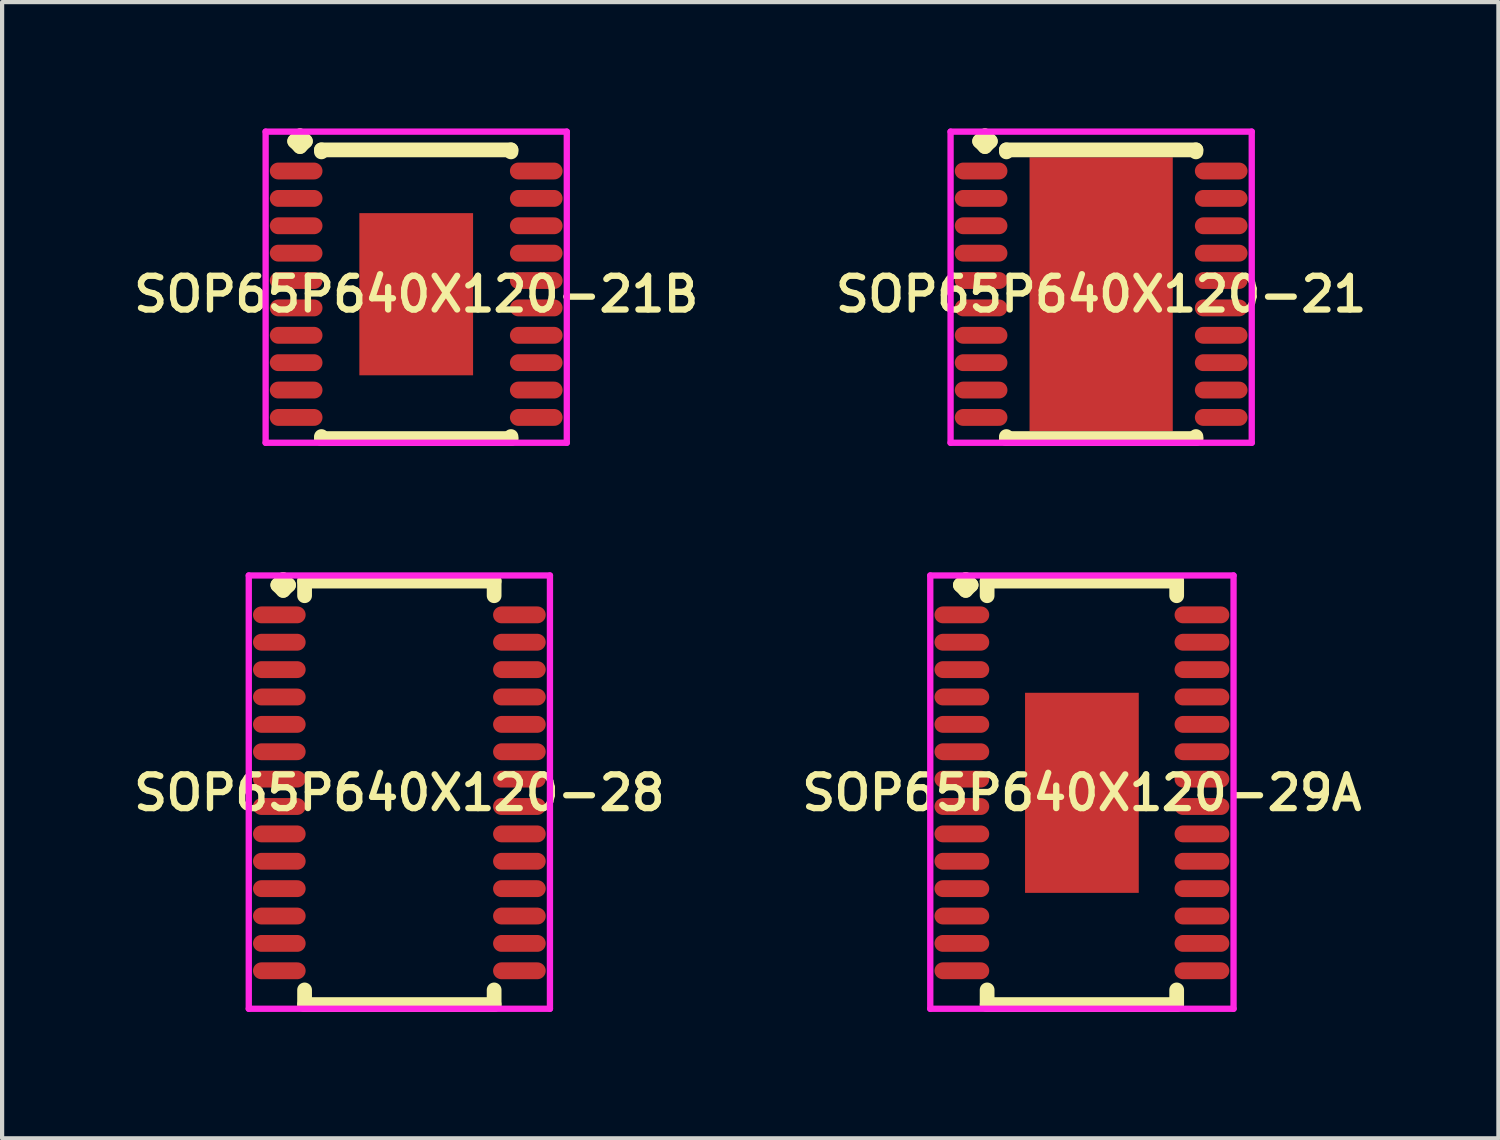
<source format=kicad_pcb>
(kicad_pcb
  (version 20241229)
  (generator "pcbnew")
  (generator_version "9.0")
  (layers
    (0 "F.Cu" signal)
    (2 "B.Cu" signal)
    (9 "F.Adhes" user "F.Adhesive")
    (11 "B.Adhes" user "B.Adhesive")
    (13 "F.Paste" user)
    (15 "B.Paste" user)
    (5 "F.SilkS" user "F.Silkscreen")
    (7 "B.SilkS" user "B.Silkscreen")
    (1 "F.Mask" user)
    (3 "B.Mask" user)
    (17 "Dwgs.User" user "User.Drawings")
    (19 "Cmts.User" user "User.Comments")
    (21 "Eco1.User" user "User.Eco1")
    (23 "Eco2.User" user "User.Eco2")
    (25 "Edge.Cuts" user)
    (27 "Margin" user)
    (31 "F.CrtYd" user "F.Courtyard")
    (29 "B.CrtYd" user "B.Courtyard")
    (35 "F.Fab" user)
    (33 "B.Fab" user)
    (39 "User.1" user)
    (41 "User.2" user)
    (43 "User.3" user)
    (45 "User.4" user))
  (footprint "SOP65P640X120-29A"
    (layer "F.Cu")
    (at 22.635 15.772)
    (property "Reference" "SOP65P640X120-29A" (at 0 0 0) (layer "F.SilkS") (effects (font (size 0.8 0.8) (thickness 0.15))))
    (attr through_hole)
    (fp_line (start -2.885 -4.933) (end -2.758 -5.06) (stroke (width 0.35) (type solid)) (layer "F.SilkS"))
    (fp_line (start -2.758 -5.06) (end -2.631 -4.933) (stroke (width 0.35) (type solid)) (layer "F.SilkS"))
    (fp_line (start -2.758 -4.806) (end -2.885 -4.933) (stroke (width 0.35) (type solid)) (layer "F.SilkS"))
    (fp_line (start -2.631 -4.933) (end -2.758 -4.806) (stroke (width 0.35) (type solid)) (layer "F.SilkS"))
    (fp_line (start -2.25 -5.027) (end 2.25 -5.027) (stroke (width 0.35) (type solid)) (layer "F.SilkS"))
    (fp_line (start -2.25 -4.679) (end -2.25 -5.027) (stroke (width 0.35) (type solid)) (layer "F.SilkS"))
    (fp_line (start -2.25 4.679) (end -2.25 5.027) (stroke (width 0.35) (type solid)) (layer "F.SilkS"))
    (fp_line (start -2.25 5.027) (end 2.25 5.027) (stroke (width 0.35) (type solid)) (layer "F.SilkS"))
    (fp_line (start 2.25 -5.027) (end 2.25 -4.679) (stroke (width 0.35) (type solid)) (layer "F.SilkS"))
    (fp_line (start 2.25 5.027) (end 2.25 4.679) (stroke (width 0.35) (type solid)) (layer "F.SilkS"))
    (fp_line (start -3.6 -5.16) (end 3.6 -5.16) (stroke (width 0.15) (type solid)) (layer "F.CrtYd"))
    (fp_line (start -3.6 5.127) (end -3.6 -5.16) (stroke (width 0.15) (type solid)) (layer "F.CrtYd"))
    (fp_line (start 3.6 -5.16) (end 3.6 5.127) (stroke (width 0.15) (type solid)) (layer "F.CrtYd"))
    (fp_line (start 3.6 5.127) (end -3.6 5.127) (stroke (width 0.15) (type solid)) (layer "F.CrtYd"))
    (pad "1" smd oval (at -2.85 -4.225) (size 1.3 0.4) (layers "F.Cu" "F.Mask" "F.Paste"))
    (pad "2" smd oval (at -2.85 -3.575) (size 1.3 0.4) (layers "F.Cu" "F.Mask" "F.Paste"))
    (pad "3" smd oval (at -2.85 -2.925) (size 1.3 0.4) (layers "F.Cu" "F.Mask" "F.Paste"))
    (pad "4" smd oval (at -2.85 -2.275) (size 1.3 0.4) (layers "F.Cu" "F.Mask" "F.Paste"))
    (pad "5" smd oval (at -2.85 -1.625) (size 1.3 0.4) (layers "F.Cu" "F.Mask" "F.Paste"))
    (pad "6" smd oval (at -2.85 -0.975) (size 1.3 0.4) (layers "F.Cu" "F.Mask" "F.Paste"))
    (pad "7" smd oval (at -2.85 -0.325) (size 1.3 0.4) (layers "F.Cu" "F.Mask" "F.Paste"))
    (pad "8" smd oval (at -2.85 0.325) (size 1.3 0.4) (layers "F.Cu" "F.Mask" "F.Paste"))
    (pad "9" smd oval (at -2.85 0.975) (size 1.3 0.4) (layers "F.Cu" "F.Mask" "F.Paste"))
    (pad "10" smd oval (at -2.85 1.625) (size 1.3 0.4) (layers "F.Cu" "F.Mask" "F.Paste"))
    (pad "11" smd oval (at -2.85 2.275) (size 1.3 0.4) (layers "F.Cu" "F.Mask" "F.Paste"))
    (pad "12" smd oval (at -2.85 2.925) (size 1.3 0.4) (layers "F.Cu" "F.Mask" "F.Paste"))
    (pad "13" smd oval (at -2.85 3.575) (size 1.3 0.4) (layers "F.Cu" "F.Mask" "F.Paste"))
    (pad "14" smd oval (at -2.85 4.225) (size 1.3 0.4) (layers "F.Cu" "F.Mask" "F.Paste"))
    (pad "15" smd oval (at 2.85 4.225) (size 1.3 0.4) (layers "F.Cu" "F.Mask" "F.Paste"))
    (pad "16" smd oval (at 2.85 3.575) (size 1.3 0.4) (layers "F.Cu" "F.Mask" "F.Paste"))
    (pad "17" smd oval (at 2.85 2.925) (size 1.3 0.4) (layers "F.Cu" "F.Mask" "F.Paste"))
    (pad "18" smd oval (at 2.85 2.275) (size 1.3 0.4) (layers "F.Cu" "F.Mask" "F.Paste"))
    (pad "19" smd oval (at 2.85 1.625) (size 1.3 0.4) (layers "F.Cu" "F.Mask" "F.Paste"))
    (pad "20" smd oval (at 2.85 0.975) (size 1.3 0.4) (layers "F.Cu" "F.Mask" "F.Paste"))
    (pad "21" smd oval (at 2.85 0.325) (size 1.3 0.4) (layers "F.Cu" "F.Mask" "F.Paste"))
    (pad "22" smd oval (at 2.85 -0.325) (size 1.3 0.4) (layers "F.Cu" "F.Mask" "F.Paste"))
    (pad "23" smd oval (at 2.85 -0.975) (size 1.3 0.4) (layers "F.Cu" "F.Mask" "F.Paste"))
    (pad "24" smd oval (at 2.85 -1.625) (size 1.3 0.4) (layers "F.Cu" "F.Mask" "F.Paste"))
    (pad "25" smd oval (at 2.85 -2.275) (size 1.3 0.4) (layers "F.Cu" "F.Mask" "F.Paste"))
    (pad "26" smd oval (at 2.85 -2.925) (size 1.3 0.4) (layers "F.Cu" "F.Mask" "F.Paste"))
    (pad "27" smd oval (at 2.85 -3.575) (size 1.3 0.4) (layers "F.Cu" "F.Mask" "F.Paste"))
    (pad "28" smd oval (at 2.85 -4.225) (size 1.3 0.4) (layers "F.Cu" "F.Mask" "F.Paste"))
    (pad "29" smd rect (at 0 0) (size 2.7 4.75) (layers "F.Cu" "F.Mask" "F.Paste")))
  (footprint "SOP65P640X120-21"
    (layer "F.Cu")
    (at 23.092 3.935)
    (property "Reference" "SOP65P640X120-21" (at 0 0 0) (layer "F.SilkS") (effects (font (size 0.8 0.8) (thickness 0.15))))
    (attr smd)
    (fp_line (start -2.885 -3.633) (end -2.758 -3.76) (stroke (width 0.35) (type solid)) (layer "F.SilkS"))
    (fp_line (start -2.758 -3.76) (end -2.631 -3.633) (stroke (width 0.35) (type solid)) (layer "F.SilkS"))
    (fp_line (start -2.758 -3.506) (end -2.885 -3.633) (stroke (width 0.35) (type solid)) (layer "F.SilkS"))
    (fp_line (start -2.631 -3.633) (end -2.758 -3.506) (stroke (width 0.35) (type solid)) (layer "F.SilkS"))
    (fp_line (start -2.25 -3.427) (end 2.25 -3.427) (stroke (width 0.35) (type solid)) (layer "F.SilkS"))
    (fp_line (start -2.25 -3.379) (end -2.25 -3.427) (stroke (width 0.35) (type solid)) (layer "F.SilkS"))
    (fp_line (start -2.25 3.379) (end -2.25 3.427) (stroke (width 0.35) (type solid)) (layer "F.SilkS"))
    (fp_line (start -2.25 3.427) (end 2.25 3.427) (stroke (width 0.35) (type solid)) (layer "F.SilkS"))
    (fp_line (start 2.25 -3.427) (end 2.25 -3.379) (stroke (width 0.35) (type solid)) (layer "F.SilkS"))
    (fp_line (start 2.25 3.427) (end 2.25 3.379) (stroke (width 0.35) (type solid)) (layer "F.SilkS"))
    (fp_line (start -3.575 -3.86) (end 3.575 -3.86) (stroke (width 0.15) (type solid)) (layer "F.CrtYd"))
    (fp_line (start -3.575 3.527) (end -3.575 -3.86) (stroke (width 0.15) (type solid)) (layer "F.CrtYd"))
    (fp_line (start 3.575 -3.86) (end 3.575 3.527) (stroke (width 0.15) (type solid)) (layer "F.CrtYd"))
    (fp_line (start 3.575 3.527) (end -3.575 3.527) (stroke (width 0.15) (type solid)) (layer "F.CrtYd"))
    (pad "1" smd oval (at -2.85 -2.925) (size 1.25 0.4) (layers "F.Cu" "F.Mask" "F.Paste"))
    (pad "2" smd oval (at -2.85 -2.275) (size 1.25 0.4) (layers "F.Cu" "F.Mask" "F.Paste"))
    (pad "3" smd oval (at -2.85 -1.625) (size 1.25 0.4) (layers "F.Cu" "F.Mask" "F.Paste"))
    (pad "4" smd oval (at -2.85 -0.975) (size 1.25 0.4) (layers "F.Cu" "F.Mask" "F.Paste"))
    (pad "5" smd oval (at -2.85 -0.325) (size 1.25 0.4) (layers "F.Cu" "F.Mask" "F.Paste"))
    (pad "6" smd oval (at -2.85 0.325) (size 1.25 0.4) (layers "F.Cu" "F.Mask" "F.Paste"))
    (pad "7" smd oval (at -2.85 0.975) (size 1.25 0.4) (layers "F.Cu" "F.Mask" "F.Paste"))
    (pad "8" smd oval (at -2.85 1.625) (size 1.25 0.4) (layers "F.Cu" "F.Mask" "F.Paste"))
    (pad "9" smd oval (at -2.85 2.275) (size 1.25 0.4) (layers "F.Cu" "F.Mask" "F.Paste"))
    (pad "10" smd oval (at -2.85 2.925) (size 1.25 0.4) (layers "F.Cu" "F.Mask" "F.Paste"))
    (pad "11" smd oval (at 2.85 2.925) (size 1.25 0.4) (layers "F.Cu" "F.Mask" "F.Paste"))
    (pad "12" smd oval (at 2.85 2.275) (size 1.25 0.4) (layers "F.Cu" "F.Mask" "F.Paste"))
    (pad "13" smd oval (at 2.85 1.625) (size 1.25 0.4) (layers "F.Cu" "F.Mask" "F.Paste"))
    (pad "14" smd oval (at 2.85 0.975) (size 1.25 0.4) (layers "F.Cu" "F.Mask" "F.Paste"))
    (pad "15" smd oval (at 2.85 0.325) (size 1.25 0.4) (layers "F.Cu" "F.Mask" "F.Paste"))
    (pad "16" smd oval (at 2.85 -0.325) (size 1.25 0.4) (layers "F.Cu" "F.Mask" "F.Paste"))
    (pad "17" smd oval (at 2.85 -0.975) (size 1.25 0.4) (layers "F.Cu" "F.Mask" "F.Paste"))
    (pad "18" smd oval (at 2.85 -1.625) (size 1.25 0.4) (layers "F.Cu" "F.Mask" "F.Paste"))
    (pad "19" smd oval (at 2.85 -2.275) (size 1.25 0.4) (layers "F.Cu" "F.Mask" "F.Paste"))
    (pad "20" smd oval (at 2.85 -2.925) (size 1.25 0.4) (layers "F.Cu" "F.Mask" "F.Paste"))
    (pad "21" smd rect (at 0 0) (size 3.4 6.5) (layers "F.Cu" "F.Mask" "F.Paste")))
  (footprint "SOP65P640X120-21B"
    (layer "F.Cu")
    (at 6.831 3.935)
    (property "Reference" "SOP65P640X120-21B" (at 0 0 0) (layer "F.SilkS") (effects (font (size 0.8 0.8) (thickness 0.15))))
    (attr smd)
    (fp_line (start -2.885 -3.633) (end -2.758 -3.76) (stroke (width 0.35) (type solid)) (layer "F.SilkS"))
    (fp_line (start -2.758 -3.76) (end -2.631 -3.633) (stroke (width 0.35) (type solid)) (layer "F.SilkS"))
    (fp_line (start -2.758 -3.506) (end -2.885 -3.633) (stroke (width 0.35) (type solid)) (layer "F.SilkS"))
    (fp_line (start -2.631 -3.633) (end -2.758 -3.506) (stroke (width 0.35) (type solid)) (layer "F.SilkS"))
    (fp_line (start -2.25 -3.427) (end 2.25 -3.427) (stroke (width 0.35) (type solid)) (layer "F.SilkS"))
    (fp_line (start -2.25 -3.379) (end -2.25 -3.427) (stroke (width 0.35) (type solid)) (layer "F.SilkS"))
    (fp_line (start -2.25 3.379) (end -2.25 3.427) (stroke (width 0.35) (type solid)) (layer "F.SilkS"))
    (fp_line (start -2.25 3.427) (end 2.25 3.427) (stroke (width 0.35) (type solid)) (layer "F.SilkS"))
    (fp_line (start 2.25 -3.427) (end 2.25 -3.379) (stroke (width 0.35) (type solid)) (layer "F.SilkS"))
    (fp_line (start 2.25 3.427) (end 2.25 3.379) (stroke (width 0.35) (type solid)) (layer "F.SilkS"))
    (fp_line (start -3.575 -3.86) (end 3.575 -3.86) (stroke (width 0.15) (type solid)) (layer "F.CrtYd"))
    (fp_line (start -3.575 3.527) (end -3.575 -3.86) (stroke (width 0.15) (type solid)) (layer "F.CrtYd"))
    (fp_line (start 3.575 -3.86) (end 3.575 3.527) (stroke (width 0.15) (type solid)) (layer "F.CrtYd"))
    (fp_line (start 3.575 3.527) (end -3.575 3.527) (stroke (width 0.15) (type solid)) (layer "F.CrtYd"))
    (pad "1" smd oval (at -2.85 -2.925) (size 1.25 0.4) (layers "F.Cu" "F.Mask" "F.Paste"))
    (pad "2" smd oval (at -2.85 -2.275) (size 1.25 0.4) (layers "F.Cu" "F.Mask" "F.Paste"))
    (pad "3" smd oval (at -2.85 -1.625) (size 1.25 0.4) (layers "F.Cu" "F.Mask" "F.Paste"))
    (pad "4" smd oval (at -2.85 -0.975) (size 1.25 0.4) (layers "F.Cu" "F.Mask" "F.Paste"))
    (pad "5" smd oval (at -2.85 -0.325) (size 1.25 0.4) (layers "F.Cu" "F.Mask" "F.Paste"))
    (pad "6" smd oval (at -2.85 0.325) (size 1.25 0.4) (layers "F.Cu" "F.Mask" "F.Paste"))
    (pad "7" smd oval (at -2.85 0.975) (size 1.25 0.4) (layers "F.Cu" "F.Mask" "F.Paste"))
    (pad "8" smd oval (at -2.85 1.625) (size 1.25 0.4) (layers "F.Cu" "F.Mask" "F.Paste"))
    (pad "9" smd oval (at -2.85 2.275) (size 1.25 0.4) (layers "F.Cu" "F.Mask" "F.Paste"))
    (pad "10" smd oval (at -2.85 2.925) (size 1.25 0.4) (layers "F.Cu" "F.Mask" "F.Paste"))
    (pad "11" smd oval (at 2.85 2.925) (size 1.25 0.4) (layers "F.Cu" "F.Mask" "F.Paste"))
    (pad "12" smd oval (at 2.85 2.275) (size 1.25 0.4) (layers "F.Cu" "F.Mask" "F.Paste"))
    (pad "13" smd oval (at 2.85 1.625) (size 1.25 0.4) (layers "F.Cu" "F.Mask" "F.Paste"))
    (pad "14" smd oval (at 2.85 0.975) (size 1.25 0.4) (layers "F.Cu" "F.Mask" "F.Paste"))
    (pad "15" smd oval (at 2.85 0.325) (size 1.25 0.4) (layers "F.Cu" "F.Mask" "F.Paste"))
    (pad "16" smd oval (at 2.85 -0.325) (size 1.25 0.4) (layers "F.Cu" "F.Mask" "F.Paste"))
    (pad "17" smd oval (at 2.85 -0.975) (size 1.25 0.4) (layers "F.Cu" "F.Mask" "F.Paste"))
    (pad "18" smd oval (at 2.85 -1.625) (size 1.25 0.4) (layers "F.Cu" "F.Mask" "F.Paste"))
    (pad "19" smd oval (at 2.85 -2.275) (size 1.25 0.4) (layers "F.Cu" "F.Mask" "F.Paste"))
    (pad "20" smd oval (at 2.85 -2.925) (size 1.25 0.4) (layers "F.Cu" "F.Mask" "F.Paste"))
    (pad "21" smd rect (at 0 0) (size 2.7 3.85) (layers "F.Cu" "F.Mask" "F.Paste")))
  (footprint "SOP65P640X120-28"
    (layer "F.Cu")
    (at 6.431 15.772)
    (property "Reference" "SOP65P640X120-28" (at 0 0 0) (layer "F.SilkS") (effects (font (size 0.8 0.8) (thickness 0.15))))
    (attr through_hole)
    (fp_line (start -2.885 -4.933) (end -2.758 -5.06) (stroke (width 0.35) (type solid)) (layer "F.SilkS"))
    (fp_line (start -2.758 -5.06) (end -2.631 -4.933) (stroke (width 0.35) (type solid)) (layer "F.SilkS"))
    (fp_line (start -2.758 -4.806) (end -2.885 -4.933) (stroke (width 0.35) (type solid)) (layer "F.SilkS"))
    (fp_line (start -2.631 -4.933) (end -2.758 -4.806) (stroke (width 0.35) (type solid)) (layer "F.SilkS"))
    (fp_line (start -2.25 -5.027) (end 2.25 -5.027) (stroke (width 0.35) (type solid)) (layer "F.SilkS"))
    (fp_line (start -2.25 -4.679) (end -2.25 -5.027) (stroke (width 0.35) (type solid)) (layer "F.SilkS"))
    (fp_line (start -2.25 4.679) (end -2.25 5.027) (stroke (width 0.35) (type solid)) (layer "F.SilkS"))
    (fp_line (start -2.25 5.027) (end 2.25 5.027) (stroke (width 0.35) (type solid)) (layer "F.SilkS"))
    (fp_line (start 2.25 -5.027) (end 2.25 -4.679) (stroke (width 0.35) (type solid)) (layer "F.SilkS"))
    (fp_line (start 2.25 5.027) (end 2.25 4.679) (stroke (width 0.35) (type solid)) (layer "F.SilkS"))
    (fp_line (start -3.575 -5.16) (end 3.575 -5.16) (stroke (width 0.15) (type solid)) (layer "F.CrtYd"))
    (fp_line (start -3.575 5.127) (end -3.575 -5.16) (stroke (width 0.15) (type solid)) (layer "F.CrtYd"))
    (fp_line (start 3.575 -5.16) (end 3.575 5.127) (stroke (width 0.15) (type solid)) (layer "F.CrtYd"))
    (fp_line (start 3.575 5.127) (end -3.575 5.127) (stroke (width 0.15) (type solid)) (layer "F.CrtYd"))
    (pad "1" smd oval (at -2.85 -4.225) (size 1.25 0.4) (layers "F.Cu" "F.Mask" "F.Paste"))
    (pad "2" smd oval (at -2.85 -3.575) (size 1.25 0.4) (layers "F.Cu" "F.Mask" "F.Paste"))
    (pad "3" smd oval (at -2.85 -2.925) (size 1.25 0.4) (layers "F.Cu" "F.Mask" "F.Paste"))
    (pad "4" smd oval (at -2.85 -2.275) (size 1.25 0.4) (layers "F.Cu" "F.Mask" "F.Paste"))
    (pad "5" smd oval (at -2.85 -1.625) (size 1.25 0.4) (layers "F.Cu" "F.Mask" "F.Paste"))
    (pad "6" smd oval (at -2.85 -0.975) (size 1.25 0.4) (layers "F.Cu" "F.Mask" "F.Paste"))
    (pad "7" smd oval (at -2.85 -0.325) (size 1.25 0.4) (layers "F.Cu" "F.Mask" "F.Paste"))
    (pad "8" smd oval (at -2.85 0.325) (size 1.25 0.4) (layers "F.Cu" "F.Mask" "F.Paste"))
    (pad "9" smd oval (at -2.85 0.975) (size 1.25 0.4) (layers "F.Cu" "F.Mask" "F.Paste"))
    (pad "10" smd oval (at -2.85 1.625) (size 1.25 0.4) (layers "F.Cu" "F.Mask" "F.Paste"))
    (pad "11" smd oval (at -2.85 2.275) (size 1.25 0.4) (layers "F.Cu" "F.Mask" "F.Paste"))
    (pad "12" smd oval (at -2.85 2.925) (size 1.25 0.4) (layers "F.Cu" "F.Mask" "F.Paste"))
    (pad "13" smd oval (at -2.85 3.575) (size 1.25 0.4) (layers "F.Cu" "F.Mask" "F.Paste"))
    (pad "14" smd oval (at -2.85 4.225) (size 1.25 0.4) (layers "F.Cu" "F.Mask" "F.Paste"))
    (pad "15" smd oval (at 2.85 4.225) (size 1.25 0.4) (layers "F.Cu" "F.Mask" "F.Paste"))
    (pad "16" smd oval (at 2.85 3.575) (size 1.25 0.4) (layers "F.Cu" "F.Mask" "F.Paste"))
    (pad "17" smd oval (at 2.85 2.925) (size 1.25 0.4) (layers "F.Cu" "F.Mask" "F.Paste"))
    (pad "18" smd oval (at 2.85 2.275) (size 1.25 0.4) (layers "F.Cu" "F.Mask" "F.Paste"))
    (pad "19" smd oval (at 2.85 1.625) (size 1.25 0.4) (layers "F.Cu" "F.Mask" "F.Paste"))
    (pad "20" smd oval (at 2.85 0.975) (size 1.25 0.4) (layers "F.Cu" "F.Mask" "F.Paste"))
    (pad "21" smd oval (at 2.85 0.325) (size 1.25 0.4) (layers "F.Cu" "F.Mask" "F.Paste"))
    (pad "22" smd oval (at 2.85 -0.325) (size 1.25 0.4) (layers "F.Cu" "F.Mask" "F.Paste"))
    (pad "23" smd oval (at 2.85 -0.975) (size 1.25 0.4) (layers "F.Cu" "F.Mask" "F.Paste"))
    (pad "24" smd oval (at 2.85 -1.625) (size 1.25 0.4) (layers "F.Cu" "F.Mask" "F.Paste"))
    (pad "25" smd oval (at 2.85 -2.275) (size 1.25 0.4) (layers "F.Cu" "F.Mask" "F.Paste"))
    (pad "26" smd oval (at 2.85 -2.925) (size 1.25 0.4) (layers "F.Cu" "F.Mask" "F.Paste"))
    (pad "27" smd oval (at 2.85 -3.575) (size 1.25 0.4) (layers "F.Cu" "F.Mask" "F.Paste"))
    (pad "28" smd oval (at 2.85 -4.225) (size 1.25 0.4) (layers "F.Cu" "F.Mask" "F.Paste")))
  (gr_rect
    (start -3 -3)
    (end 32.523 23.974)
    (stroke (width 0.1) (type default))
    (fill no)
    (layer "Edge.Cuts")))
</source>
